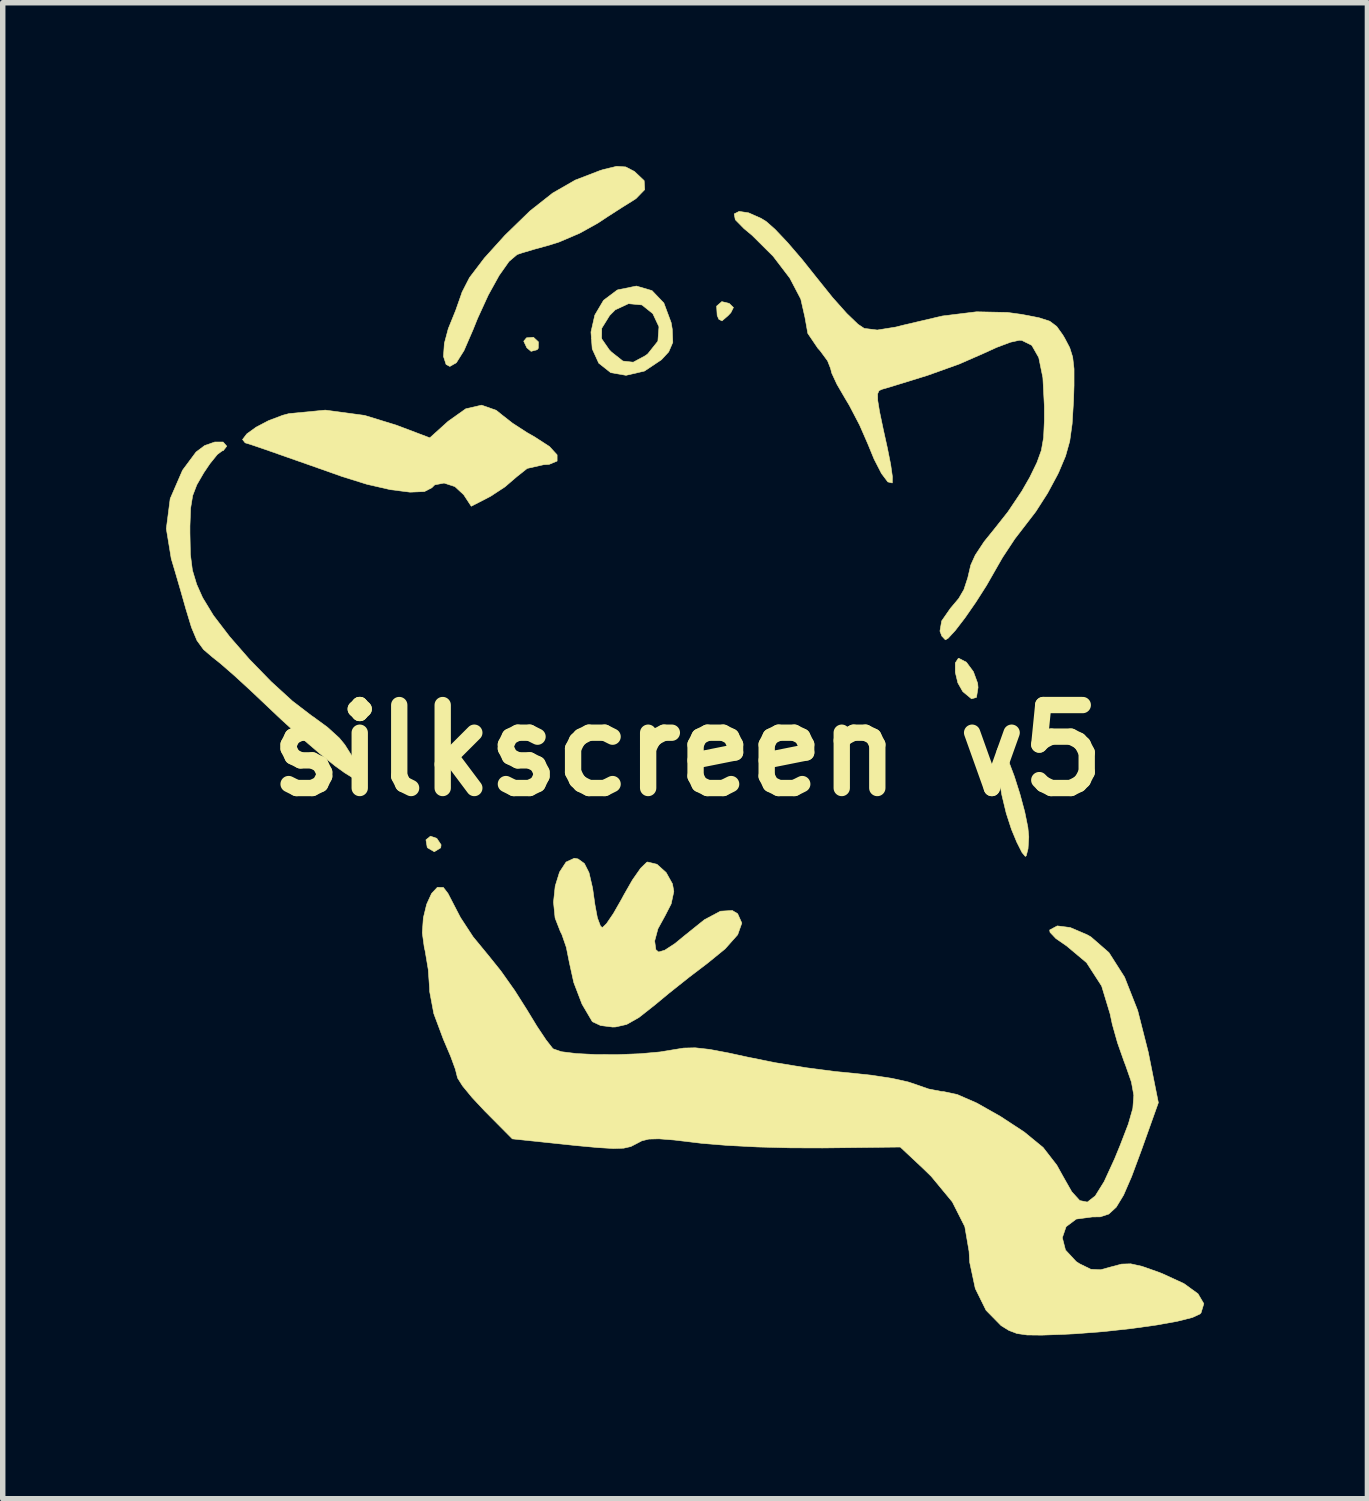
<source format=kicad_pcb>
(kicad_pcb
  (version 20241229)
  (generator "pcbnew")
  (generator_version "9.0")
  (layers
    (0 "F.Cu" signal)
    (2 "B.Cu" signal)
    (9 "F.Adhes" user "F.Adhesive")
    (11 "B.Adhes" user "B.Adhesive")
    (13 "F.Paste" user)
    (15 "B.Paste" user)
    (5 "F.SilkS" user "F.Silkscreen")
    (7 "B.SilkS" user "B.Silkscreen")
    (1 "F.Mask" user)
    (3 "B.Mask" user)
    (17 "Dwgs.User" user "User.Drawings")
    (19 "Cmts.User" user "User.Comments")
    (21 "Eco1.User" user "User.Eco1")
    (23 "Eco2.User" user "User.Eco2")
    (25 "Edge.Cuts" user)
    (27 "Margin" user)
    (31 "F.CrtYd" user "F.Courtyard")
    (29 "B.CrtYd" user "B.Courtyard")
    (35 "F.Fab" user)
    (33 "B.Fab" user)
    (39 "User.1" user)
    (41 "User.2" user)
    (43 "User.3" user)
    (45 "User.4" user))
  (footprint "silkscreen v5"
    (layer "F.Cu")
    (at 9.581 10.735)
    (property "Reference" "silkscreen v5" (at 0 0 0) (layer "F.SilkS") (effects (font (size 1.524 1.524) (thickness 0.3))))
    (attr through_hole)
    (fp_poly (pts (xy -4.608 1.614) (xy -4.529 1.732) (xy -4.536 1.788) (xy -4.654 1.86) (xy -4.777 1.788) (xy -4.784 1.778) (xy -4.807 1.641) (xy -4.724 1.574) (xy -4.608 1.614)) (stroke (width 0.01) (type solid)) (fill yes) (layer "F.SilkS"))
    (fp_poly (pts (xy -2.741 -7.505) (xy -2.744 -7.388) (xy -2.764 -7.362) (xy -2.876 -7.331) (xy -2.954 -7.397) (xy -3.011 -7.518) (xy -2.96 -7.58) (xy -2.832 -7.59) (xy -2.741 -7.505)) (stroke (width 0.01) (type solid)) (fill yes) (layer "F.SilkS"))
    (fp_poly (pts (xy 0.763 -8.212) (xy 0.841 -8.137) (xy 0.794 -8.042) (xy 0.744 -7.989) (xy 0.631 -7.891) (xy 0.573 -7.92) (xy 0.542 -7.992) (xy 0.532 -8.162) (xy 0.627 -8.245) (xy 0.763 -8.212)) (stroke (width 0.01) (type solid)) (fill yes) (layer "F.SilkS"))
    (fp_poly (pts (xy 5.12 -1.621) (xy 5.249 -1.447) (xy 5.327 -1.234) (xy 5.334 -1.157) (xy 5.305 -0.975) (xy 5.214 -0.949) (xy 5.058 -1.078) (xy 5.051 -1.086) (xy 4.963 -1.242) (xy 4.916 -1.437) (xy 4.916 -1.608) (xy 4.971 -1.692) (xy 4.982 -1.693) (xy 5.12 -1.621)) (stroke (width 0.01) (type solid)) (fill yes) (layer "F.SilkS"))
    (fp_poly (pts (xy 5.797 -0.009) (xy 5.893 0.191) (xy 6 0.474) (xy 6.103 0.799) (xy 6.191 1.125) (xy 6.249 1.411) (xy 6.266 1.587) (xy 6.252 1.807) (xy 6.219 1.934) (xy 6.202 1.946) (xy 6.141 1.873) (xy 6.045 1.683) (xy 5.948 1.449) (xy 5.852 1.154) (xy 5.772 0.822) (xy 5.713 0.493) (xy 5.682 0.206) (xy 5.682 -0.000036) (xy 5.722 -0.084) (xy 5.726 -0.085) (xy 5.797 -0.009)) (stroke (width 0.01) (type solid)) (fill yes) (layer "F.SilkS"))
    (fp_poly (pts (xy -0.655 -8.447) (xy -0.437 -8.219) (xy -0.303 -7.859) (xy -0.283 -7.74) (xy -0.273 -7.496) (xy -0.348 -7.322) (xy -0.482 -7.177) (xy -0.794 -6.969) (xy -1.132 -6.891) (xy -1.413 -6.94) (xy -1.633 -7.114) (xy -1.753 -7.377) (xy -1.767 -7.564) (xy -1.581 -7.564) (xy -1.44 -7.36) (xy -1.401 -7.32) (xy -1.19 -7.153) (xy -1 -7.132) (xy -0.777 -7.252) (xy -0.731 -7.287) (xy -0.547 -7.518) (xy -0.527 -7.783) (xy -0.64 -8.024) (xy -0.84 -8.184) (xy -1.087 -8.207) (xy -1.33 -8.094) (xy -1.433 -7.99) (xy -1.578 -7.756) (xy -1.581 -7.564) (xy -1.767 -7.564) (xy -1.776 -7.686) (xy -1.705 -7.998) (xy -1.545 -8.269) (xy -1.299 -8.454) (xy -1.282 -8.462) (xy -0.941 -8.531) (xy -0.655 -8.447)) (stroke (width 0.01) (type solid)) (fill yes) (layer "F.SilkS"))
    (fp_poly (pts (xy -1.138 -10.719) (xy -0.978 -10.636) (xy -0.799 -10.467) (xy -0.789 -10.302) (xy -0.949 -10.137) (xy -0.995 -10.107) (xy -1.197 -9.981) (xy -1.468 -9.807) (xy -1.651 -9.686) (xy -1.984 -9.501) (xy -2.358 -9.341) (xy -2.54 -9.283) (xy -2.82 -9.206) (xy -3.045 -9.139) (xy -3.133 -9.109) (xy -3.281 -8.983) (xy -3.463 -8.725) (xy -3.662 -8.365) (xy -3.86 -7.933) (xy -3.942 -7.729) (xy -4.108 -7.346) (xy -4.248 -7.123) (xy -4.368 -7.054) (xy -4.437 -7.09) (xy -4.485 -7.238) (xy -4.469 -7.478) (xy -4.397 -7.748) (xy -4.368 -7.819) (xy -4.26 -8.086) (xy -4.155 -8.385) (xy -4.145 -8.417) (xy -4.007 -8.686) (xy -3.734 -9.045) (xy -3.356 -9.463) (xy -2.896 -9.91) (xy -2.479 -10.239) (xy -2.065 -10.477) (xy -1.61 -10.652) (xy -1.549 -10.671) (xy -1.304 -10.73) (xy -1.138 -10.719)) (stroke (width 0.01) (type solid)) (fill yes) (layer "F.SilkS"))
    (fp_poly (pts (xy -3.517 -6.249) (xy -3.41 -6.163) (xy -3.217 -6.012) (xy -2.95 -5.839) (xy -2.813 -5.761) (xy -2.538 -5.583) (xy -2.398 -5.43) (xy -2.398 -5.316) (xy -2.545 -5.255) (xy -2.646 -5.249) (xy -2.947 -5.181) (xy -3.139 -5.029) (xy -3.356 -4.842) (xy -3.62 -4.669) (xy -3.66 -4.648) (xy -3.975 -4.486) (xy -4.114 -4.698) (xy -4.275 -4.847) (xy -4.474 -4.912) (xy -4.646 -4.879) (xy -4.699 -4.826) (xy -4.835 -4.756) (xy -5.099 -4.745) (xy -5.461 -4.791) (xy -5.892 -4.89) (xy -6.35 -5.033) (xy -6.907 -5.23) (xy -7.326 -5.377) (xy -7.63 -5.484) (xy -7.84 -5.557) (xy -7.978 -5.604) (xy -8.067 -5.633) (xy -8.128 -5.651) (xy -8.176 -5.712) (xy -8.098 -5.815) (xy -7.928 -5.938) (xy -7.698 -6.059) (xy -7.439 -6.157) (xy -7.323 -6.188) (xy -6.655 -6.252) (xy -5.934 -6.155) (xy -5.352 -5.976) (xy -4.736 -5.743) (xy -4.4 -6.046) (xy -4.076 -6.276) (xy -3.785 -6.343) (xy -3.517 -6.249)) (stroke (width 0.01) (type solid)) (fill yes) (layer "F.SilkS"))
    (fp_poly (pts (xy -8.467 -5.591) (xy -8.467 -5.588) (xy -8.531 -5.506) (xy -8.551 -5.503) (xy -8.639 -5.437) (xy -8.777 -5.266) (xy -8.888 -5.101) (xy -9.016 -4.88) (xy -9.092 -4.682) (xy -9.13 -4.449) (xy -9.142 -4.122) (xy -9.142 -3.995) (xy -9.134 -3.603) (xy -9.097 -3.312) (xy -9.019 -3.053) (xy -8.911 -2.81) (xy -8.712 -2.482) (xy -8.412 -2.09) (xy -8.047 -1.672) (xy -7.652 -1.266) (xy -7.261 -0.909) (xy -6.909 -0.639) (xy -6.88 -0.62) (xy -6.616 -0.427) (xy -6.396 -0.227) (xy -6.296 -0.104) (xy -6.139 0.145) (xy -6 0.355) (xy -5.897 0.539) (xy -5.915 0.609) (xy -6.05 0.566) (xy -6.299 0.411) (xy -6.478 0.282) (xy -6.754 0.06) (xy -7.1 -0.237) (xy -7.463 -0.567) (xy -7.705 -0.796) (xy -8.022 -1.096) (xy -8.326 -1.375) (xy -8.581 -1.597) (xy -8.728 -1.714) (xy -8.892 -1.854) (xy -9.013 -2.02) (xy -9.114 -2.261) (xy -9.216 -2.597) (xy -9.316 -2.948) (xy -9.409 -3.267) (xy -9.477 -3.495) (xy -9.485 -3.52) (xy -9.576 -4.074) (xy -9.505 -4.625) (xy -9.278 -5.148) (xy -9.03 -5.482) (xy -8.872 -5.601) (xy -8.687 -5.666) (xy -8.533 -5.666) (xy -8.467 -5.591)) (stroke (width 0.01) (type solid)) (fill yes) (layer "F.SilkS"))
    (fp_poly (pts (xy -2.013 1.992) (xy -1.897 2.076) (xy -1.812 2.244) (xy -1.746 2.528) (xy -1.703 2.833) (xy -1.658 3.074) (xy -1.601 3.226) (xy -1.566 3.253) (xy -1.49 3.18) (xy -1.363 2.993) (xy -1.211 2.727) (xy -1.176 2.661) (xy -1.015 2.379) (xy -0.864 2.163) (xy -0.752 2.054) (xy -0.737 2.048) (xy -0.564 2.09) (xy -0.395 2.242) (xy -0.279 2.45) (xy -0.254 2.59) (xy -0.303 2.818) (xy -0.415 3.036) (xy -0.546 3.275) (xy -0.606 3.499) (xy -0.584 3.659) (xy -0.533 3.702) (xy -0.42 3.668) (xy -0.232 3.545) (xy -0.068 3.41) (xy 0.307 3.109) (xy 0.602 2.952) (xy 0.82 2.939) (xy 0.918 2.998) (xy 0.995 3.17) (xy 0.919 3.384) (xy 0.688 3.644) (xy 0.365 3.907) (xy 0.026 4.165) (xy -0.346 4.461) (xy -0.604 4.675) (xy -0.896 4.905) (xy -1.121 5.032) (xy -1.322 5.078) (xy -1.377 5.08) (xy -1.599 5.052) (xy -1.747 4.983) (xy -1.755 4.974) (xy -1.94 4.659) (xy -2.092 4.262) (xy -2.173 3.895) (xy -2.229 3.615) (xy -2.311 3.378) (xy -2.338 3.326) (xy -2.435 3.077) (xy -2.464 2.786) (xy -2.433 2.491) (xy -2.353 2.233) (xy -2.233 2.049) (xy -2.082 1.979) (xy -2.013 1.992)) (stroke (width 0.01) (type solid)) (fill yes) (layer "F.SilkS"))
    (fp_poly (pts (xy 1.119 -9.876) (xy 1.351 -9.773) (xy 1.443 -9.716) (xy 1.604 -9.574) (xy 1.835 -9.33) (xy 2.103 -9.018) (xy 2.374 -8.678) (xy 2.663 -8.318) (xy 2.923 -8.027) (xy 3.129 -7.829) (xy 3.243 -7.753) (xy 3.483 -7.723) (xy 3.825 -7.778) (xy 3.954 -7.811) (xy 4.679 -7.981) (xy 5.306 -8.058) (xy 5.875 -8.046) (xy 6.138 -8.01) (xy 6.453 -7.949) (xy 6.651 -7.885) (xy 6.779 -7.789) (xy 6.889 -7.635) (xy 6.926 -7.573) (xy 7.018 -7.398) (xy 7.072 -7.226) (xy 7.097 -7.01) (xy 7.097 -6.705) (xy 7.088 -6.425) (xy 7.062 -5.999) (xy 7.018 -5.681) (xy 6.941 -5.407) (xy 6.818 -5.115) (xy 6.797 -5.071) (xy 6.612 -4.727) (xy 6.394 -4.387) (xy 6.228 -4.171) (xy 6.01 -3.888) (xy 5.783 -3.544) (xy 5.657 -3.324) (xy 5.489 -3.03) (xy 5.293 -2.723) (xy 5.094 -2.436) (xy 4.916 -2.204) (xy 4.784 -2.061) (xy 4.734 -2.032) (xy 4.668 -2.102) (xy 4.634 -2.193) (xy 4.666 -2.38) (xy 4.828 -2.613) (xy 4.83 -2.615) (xy 4.979 -2.792) (xy 5.074 -2.955) (xy 5.145 -3.171) (xy 5.2 -3.406) (xy 5.283 -3.589) (xy 5.446 -3.836) (xy 5.632 -4.066) (xy 5.884 -4.385) (xy 6.137 -4.762) (xy 6.285 -5.02) (xy 6.416 -5.289) (xy 6.497 -5.513) (xy 6.538 -5.749) (xy 6.552 -6.058) (xy 6.552 -6.322) (xy 6.525 -6.846) (xy 6.449 -7.217) (xy 6.321 -7.442) (xy 6.137 -7.533) (xy 6.092 -7.535) (xy 5.929 -7.499) (xy 5.676 -7.404) (xy 5.437 -7.295) (xy 4.989 -7.099) (xy 4.406 -6.89) (xy 3.72 -6.678) (xy 3.568 -6.634) (xy 3.515 -6.609) (xy 3.489 -6.55) (xy 3.491 -6.43) (xy 3.525 -6.222) (xy 3.593 -5.898) (xy 3.67 -5.549) (xy 3.729 -5.253) (xy 3.761 -5.028) (xy 3.759 -4.917) (xy 3.757 -4.914) (xy 3.677 -4.933) (xy 3.56 -5.088) (xy 3.424 -5.353) (xy 3.308 -5.635) (xy 3.159 -5.976) (xy 2.97 -6.338) (xy 2.884 -6.482) (xy 2.741 -6.728) (xy 2.647 -6.931) (xy 2.625 -7.018) (xy 2.57 -7.157) (xy 2.433 -7.343) (xy 2.392 -7.388) (xy 2.207 -7.661) (xy 2.154 -7.958) (xy 2.078 -8.292) (xy 1.877 -8.676) (xy 1.571 -9.077) (xy 1.184 -9.462) (xy 1.033 -9.588) (xy 0.875 -9.749) (xy 0.855 -9.856) (xy 0.945 -9.902) (xy 1.119 -9.876)) (stroke (width 0.01) (type solid)) (fill yes) (layer "F.SilkS"))
    (fp_poly (pts (xy -4.488 2.515) (xy -4.403 2.625) (xy -4.174 3.067) (xy -3.941 3.423) (xy -3.663 3.761) (xy -3.43 4.051) (xy -3.174 4.413) (xy -2.948 4.77) (xy -2.944 4.777) (xy -2.765 5.071) (xy -2.602 5.315) (xy -2.485 5.465) (xy -2.467 5.482) (xy -2.319 5.533) (xy -2.043 5.567) (xy -1.683 5.585) (xy -1.279 5.586) (xy -0.873 5.57) (xy -0.507 5.537) (xy -0.282 5.5) (xy -0.074 5.466) (xy 0.139 5.461) (xy 0.401 5.49) (xy 0.752 5.556) (xy 1.101 5.632) (xy 1.606 5.734) (xy 2.169 5.826) (xy 2.702 5.896) (xy 2.963 5.921) (xy 3.372 5.964) (xy 3.752 6.022) (xy 4.049 6.088) (xy 4.167 6.127) (xy 4.428 6.218) (xy 4.666 6.264) (xy 4.699 6.265) (xy 4.954 6.32) (xy 5.311 6.476) (xy 5.746 6.722) (xy 6.181 7.007) (xy 6.529 7.292) (xy 6.781 7.617) (xy 6.89 7.814) (xy 7.055 8.105) (xy 7.202 8.267) (xy 7.342 8.295) (xy 7.487 8.181) (xy 7.65 7.919) (xy 7.841 7.503) (xy 7.945 7.25) (xy 8.095 6.86) (xy 8.177 6.573) (xy 8.195 6.333) (xy 8.151 6.09) (xy 8.046 5.789) (xy 8.015 5.708) (xy 7.896 5.37) (xy 7.8 5.03) (xy 7.759 4.837) (xy 7.604 4.326) (xy 7.327 3.897) (xy 6.962 3.591) (xy 6.764 3.454) (xy 6.656 3.34) (xy 6.649 3.297) (xy 6.789 3.222) (xy 7.027 3.252) (xy 7.334 3.383) (xy 7.407 3.424) (xy 7.738 3.712) (xy 8.025 4.163) (xy 8.266 4.775) (xy 8.463 5.551) (xy 8.469 5.584) (xy 8.646 6.469) (xy 8.334 7.344) (xy 8.155 7.826) (xy 8.007 8.167) (xy 7.872 8.389) (xy 7.735 8.515) (xy 7.579 8.566) (xy 7.433 8.568) (xy 7.138 8.607) (xy 6.951 8.747) (xy 6.882 8.949) (xy 6.94 9.176) (xy 7.137 9.388) (xy 7.203 9.43) (xy 7.405 9.529) (xy 7.584 9.538) (xy 7.79 9.482) (xy 7.971 9.434) (xy 8.138 9.429) (xy 8.342 9.474) (xy 8.638 9.578) (xy 8.718 9.609) (xy 9.116 9.792) (xy 9.374 9.979) (xy 9.481 10.161) (xy 9.43 10.329) (xy 9.411 10.35) (xy 9.271 10.415) (xy 8.992 10.485) (xy 8.608 10.554) (xy 8.149 10.618) (xy 7.647 10.673) (xy 7.134 10.713) (xy 6.899 10.725) (xy 6.504 10.739) (xy 6.234 10.736) (xy 6.048 10.709) (xy 5.901 10.653) (xy 5.758 10.565) (xy 5.481 10.283) (xy 5.283 9.882) (xy 5.18 9.4) (xy 5.169 9.201) (xy 5.091 8.746) (xy 4.861 8.291) (xy 4.474 7.823) (xy 4.32 7.673) (xy 3.905 7.284) (xy 2.481 7.301) (xy 1.892 7.299) (xy 1.288 7.283) (xy 0.725 7.254) (xy 0.26 7.216) (xy 0.162 7.204) (xy -0.248 7.155) (xy -0.527 7.133) (xy -0.713 7.138) (xy -0.842 7.17) (xy -0.939 7.221) (xy -1.044 7.275) (xy -1.175 7.305) (xy -1.366 7.311) (xy -1.65 7.294) (xy -2.061 7.256) (xy -2.182 7.243) (xy -3.22 7.134) (xy -3.727 6.623) (xy -3.959 6.375) (xy -4.135 6.161) (xy -4.226 6.016) (xy -4.233 5.989) (xy -4.267 5.854) (xy -4.354 5.617) (xy -4.478 5.326) (xy -4.487 5.305) (xy -4.663 4.833) (xy -4.739 4.428) (xy -4.741 4.363) (xy -4.765 4.024) (xy -4.823 3.677) (xy -4.837 3.621) (xy -4.874 3.35) (xy -4.855 3.075) (xy -4.794 2.824) (xy -4.704 2.627) (xy -4.598 2.514) (xy -4.488 2.515)) (stroke (width 0.01) (type solid)) (fill yes) (layer "F.SilkS")))
  (gr_rect
    (start -3 -3)
    (end 22.067 24.479)
    (stroke (width 0.1) (type default))
    (fill no)
    (layer "Edge.Cuts")))
</source>
